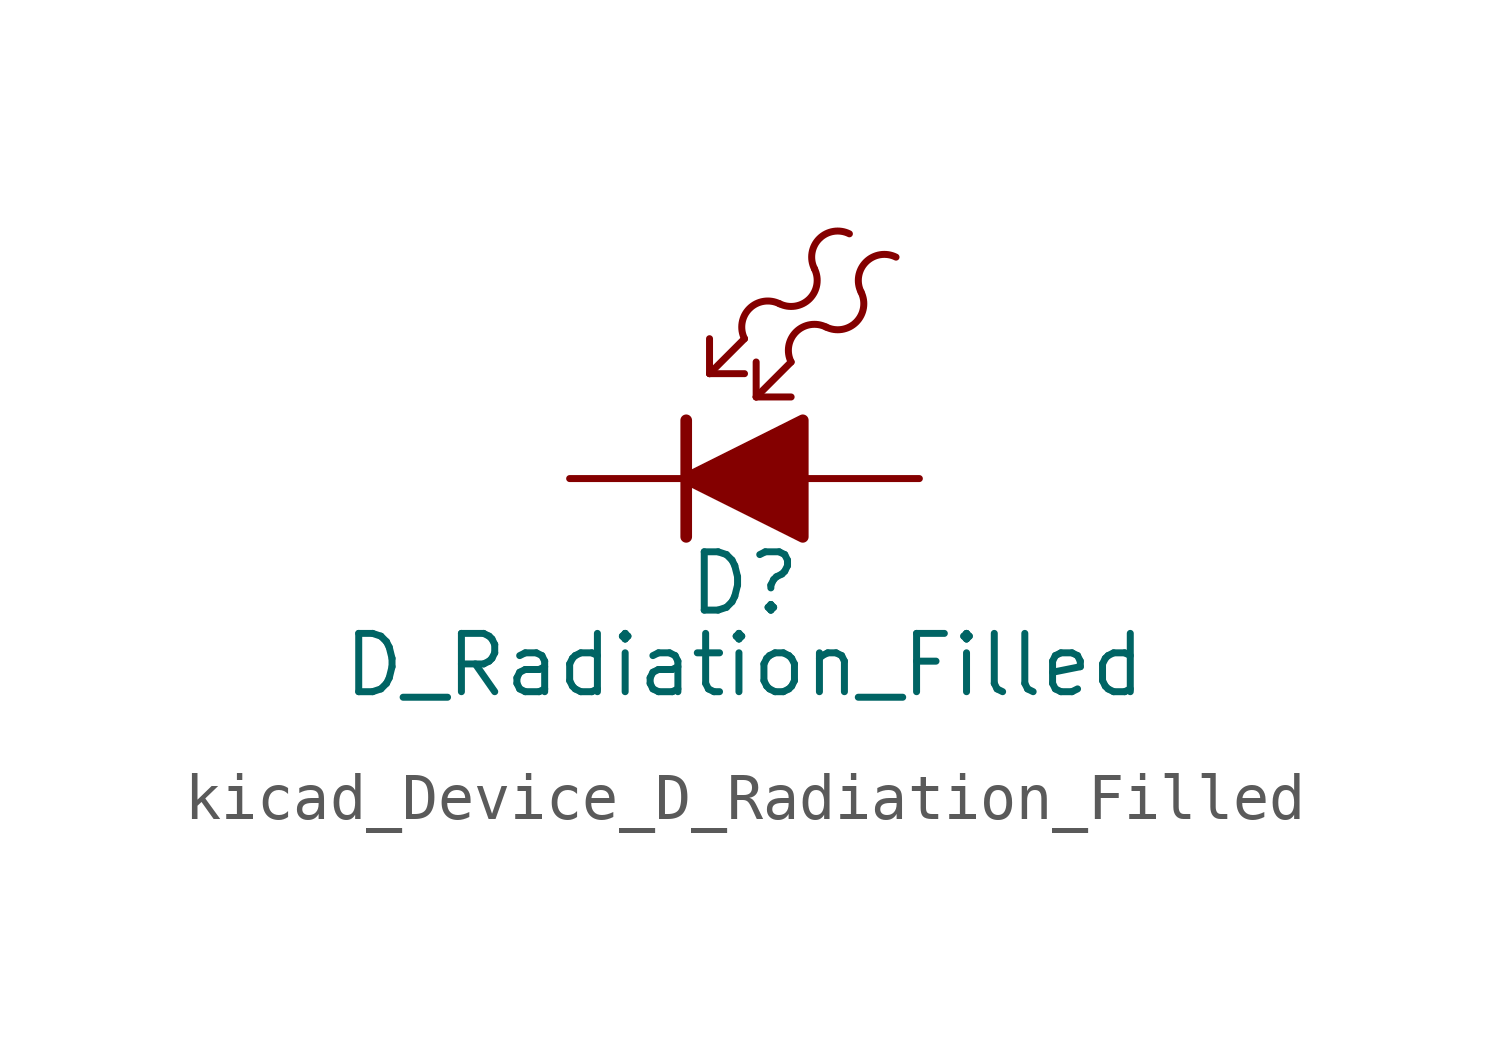
<source format=kicad_sym>
(kicad_symbol_lib
  (version 20220914)
  (generator kicad_symbol_editor)
  (symbol "kicad_Device_D_Radiation_Filled"
    (pin_numbers hide)
    (pin_names
      (offset 1.016) hide)
    (property "Reference" "D"
      (at -1.27 -2.286 0)
      (effects (font (size 1.27 1.27))))
    (property "Value" "D_Radiation_Filled"
      (at -1.27 -4.064 0)
      (effects (font (size 1.27 1.27))))
    (symbol "kicad_Device_D_Radiation_Filled_0_1"
      (arc (start -0.508 3.81) (mid -1.1636 3.7036) (end -1.27 3.048) (stroke (width 0) (type default)) (fill (type none)))
      (arc (start -0.508 3.81) (mid 0.1476 3.9164) (end 0.254 4.572) (stroke (width 0) (type default)) (fill (type none)))
      (polyline (pts (xy -2.54 1.27) (xy -2.54 -1.27)) (stroke (width 0.254) (type default)) (fill (type none)))
      (polyline (pts (xy -2.032 2.286) (xy -1.27 2.286)) (stroke (width 0) (type default)) (fill (type none)))
      (polyline (pts (xy -2.032 2.286) (xy -1.27 3.048)) (stroke (width 0) (type default)) (fill (type none)))
      (polyline (pts (xy -2.032 3.048) (xy -2.032 2.286)) (stroke (width 0) (type default)) (fill (type none)))
      (polyline (pts (xy -1.016 1.778) (xy -0.254 1.778)) (stroke (width 0) (type default)) (fill (type none)))
      (polyline (pts (xy -1.016 1.778) (xy -0.254 2.54)) (stroke (width 0) (type default)) (fill (type none)))
      (polyline (pts (xy -1.016 2.54) (xy -1.016 1.778)) (stroke (width 0) (type default)) (fill (type none)))
      (polyline (pts (xy 0 0) (xy -2.54 0)) (stroke (width 0) (type default)) (fill (type none)))
      (polyline (pts (xy 0 1.27) (xy 0 -1.27) (xy -2.54 0) (xy 0 1.27)) (stroke (width 0.254) (type default)) (fill (type outline)))
      (arc (start 0.508 3.302) (mid -0.1476 3.1956) (end -0.254 2.54) (stroke (width 0) (type default)) (fill (type none)))
      (arc (start 0.508 3.302) (mid 1.1636 3.4084) (end 1.27 4.064) (stroke (width 0) (type default)) (fill (type none)))
      (arc (start 1.016 5.334) (mid 0.3604 5.2276) (end 0.254 4.572) (stroke (width 0) (type default)) (fill (type none)))
      (arc (start 2.032 4.826) (mid 1.3764 4.7196) (end 1.27 4.064) (stroke (width 0) (type default)) (fill (type none))))
    (symbol "kicad_Device_D_Radiation_Filled_1_1"
      (pin passive line (at -5.08 0 0) (length 2.54) (name "K" (effects (font (size 1.27 1.27)))) (number "1" (effects (font (size 1.27 1.27)))))
      (pin passive line (at 2.54 0 180) (length 2.54) (name "A" (effects (font (size 1.27 1.27)))) (number "2" (effects (font (size 1.27 1.27))))))))
</source>
